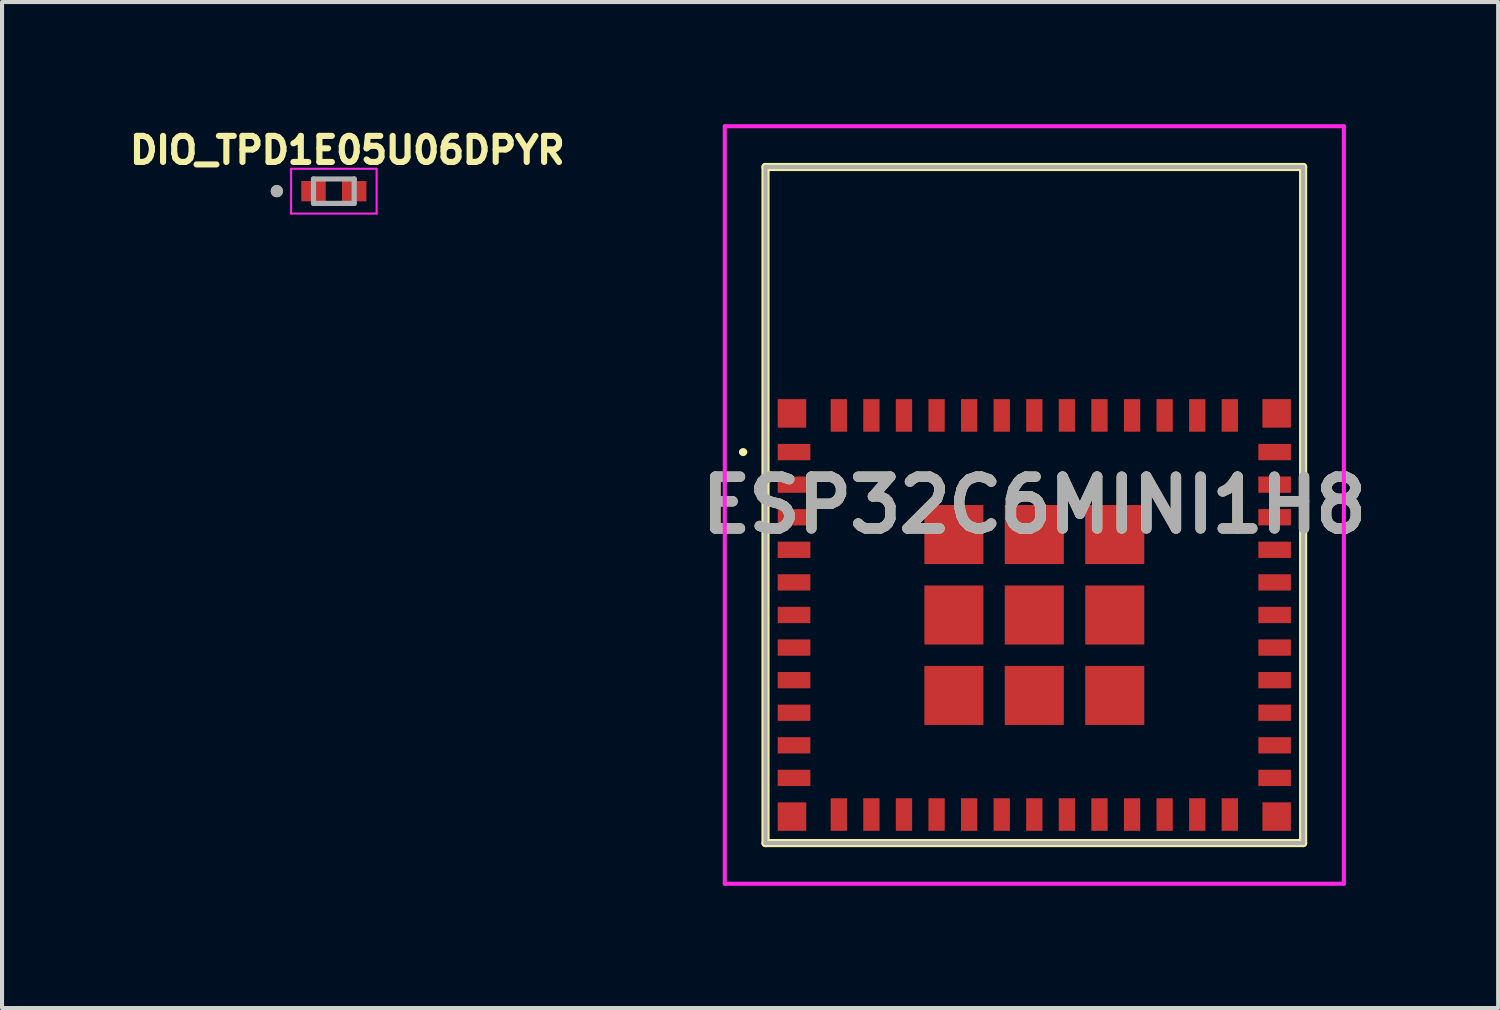
<source format=kicad_pcb>
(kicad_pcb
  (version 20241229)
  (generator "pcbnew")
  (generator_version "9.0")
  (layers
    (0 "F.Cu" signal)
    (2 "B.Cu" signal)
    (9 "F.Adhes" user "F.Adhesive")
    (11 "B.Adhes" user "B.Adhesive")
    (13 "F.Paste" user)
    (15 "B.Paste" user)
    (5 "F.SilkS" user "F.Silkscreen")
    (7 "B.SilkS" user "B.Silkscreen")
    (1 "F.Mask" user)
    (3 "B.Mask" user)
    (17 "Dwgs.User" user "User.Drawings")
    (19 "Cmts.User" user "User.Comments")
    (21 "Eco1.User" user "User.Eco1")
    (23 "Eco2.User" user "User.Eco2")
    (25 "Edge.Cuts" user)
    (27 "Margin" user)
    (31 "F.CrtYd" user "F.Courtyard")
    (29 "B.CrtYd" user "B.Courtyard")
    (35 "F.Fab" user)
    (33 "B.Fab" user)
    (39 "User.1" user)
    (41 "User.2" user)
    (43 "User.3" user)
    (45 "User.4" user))
  (footprint "DIO_TPD1E05U06DPYR"
    (layer "F.Cu")
    (at 5.147 1.644)
    (property "Reference" "DIO_TPD1E05U06DPYR" (at 0.332 -1.006 0) (layer "F.SilkS") (effects (font (size 0.64 0.64) (thickness 0.15))))
    (attr smd)
    (fp_circle (center -1.4 0) (end -1.325 0) (stroke (width 0.15) (type solid)) (fill no) (layer "F.SilkS"))
    (fp_line (start -1.05 -0.55) (end -1.05 0.55) (stroke (width 0.05) (type solid)) (layer "F.CrtYd"))
    (fp_line (start -1.05 0.55) (end 1.05 0.55) (stroke (width 0.05) (type solid)) (layer "F.CrtYd"))
    (fp_line (start 1.05 -0.55) (end -1.05 -0.55) (stroke (width 0.05) (type solid)) (layer "F.CrtYd"))
    (fp_line (start 1.05 0.55) (end 1.05 -0.55) (stroke (width 0.05) (type solid)) (layer "F.CrtYd"))
    (fp_line (start -0.5 -0.3) (end -0.5 0.3) (stroke (width 0.127) (type solid)) (layer "F.Fab"))
    (fp_line (start -0.5 0.3) (end 0.5 0.3) (stroke (width 0.127) (type solid)) (layer "F.Fab"))
    (fp_line (start 0.5 -0.3) (end -0.5 -0.3) (stroke (width 0.127) (type solid)) (layer "F.Fab"))
    (fp_line (start 0.5 0.3) (end 0.5 -0.3) (stroke (width 0.127) (type solid)) (layer "F.Fab"))
    (fp_circle (center -1.4 0) (end -1.325 0) (stroke (width 0.15) (type solid)) (fill no) (layer "F.Fab"))
    (pad "1" smd rect (at -0.5 0) (size 0.6 0.5) (layers "F.Cu" "F.Mask" "F.Paste"))
    (pad "2" smd rect (at 0.5 0) (size 0.6 0.5) (layers "F.Cu" "F.Mask" "F.Paste")))
  (footprint "ESP32C6MINI1H8"
    (layer "F.Cu")
    (at 22.346 9.35)
    (property "Reference" "ESP32C6MINI1H8" (at 0 0 0) (layer "F.SilkS") (effects (font (size 1.27 1.27) (thickness 0.254))))
    (attr smd)
    (fp_line (start -7.2 -1.3) (end -7.2 -1.3) (stroke (width 0.1) (type solid)) (layer "F.SilkS"))
    (fp_line (start -7.1 -1.3) (end -7.1 -1.3) (stroke (width 0.1) (type solid)) (layer "F.SilkS"))
    (fp_line (start -6.6 -8.3) (end 6.6 -8.3) (stroke (width 0.2) (type solid)) (layer "F.SilkS"))
    (fp_line (start -6.6 8.3) (end -6.6 -8.3) (stroke (width 0.2) (type solid)) (layer "F.SilkS"))
    (fp_line (start 6.6 -8.3) (end 6.6 8.3) (stroke (width 0.2) (type solid)) (layer "F.SilkS"))
    (fp_line (start 6.6 8.3) (end -6.6 8.3) (stroke (width 0.2) (type solid)) (layer "F.SilkS"))
    (fp_arc (start -7.2 -1.3) (mid -7.15 -1.35) (end -7.1 -1.3) (stroke (width 0.1) (type solid)) (layer "F.SilkS"))
    (fp_arc (start -7.1 -1.3) (mid -7.15 -1.25) (end -7.2 -1.3) (stroke (width 0.1) (type solid)) (layer "F.SilkS"))
    (fp_line (start -7.6 -9.3) (end 7.6 -9.3) (stroke (width 0.1) (type solid)) (layer "F.CrtYd"))
    (fp_line (start -7.6 9.3) (end -7.6 -9.3) (stroke (width 0.1) (type solid)) (layer "F.CrtYd"))
    (fp_line (start 7.6 -9.3) (end 7.6 9.3) (stroke (width 0.1) (type solid)) (layer "F.CrtYd"))
    (fp_line (start 7.6 9.3) (end -7.6 9.3) (stroke (width 0.1) (type solid)) (layer "F.CrtYd"))
    (fp_line (start -6.6 -8.3) (end 6.6 -8.3) (stroke (width 0.1) (type solid)) (layer "F.Fab"))
    (fp_line (start -6.6 8.3) (end -6.6 -8.3) (stroke (width 0.1) (type solid)) (layer "F.Fab"))
    (fp_line (start 6.6 -8.3) (end 6.6 8.3) (stroke (width 0.1) (type solid)) (layer "F.Fab"))
    (fp_line (start 6.6 8.3) (end -6.6 8.3) (stroke (width 0.1) (type solid)) (layer "F.Fab"))
    (fp_text user "${REFERENCE}" (at 0 0 0) (layer "F.Fab") (effects (font (size 1.27 1.27) (thickness 0.254))))
    (pad "1" smd rect (at -5.9 -1.3 90) (size 0.4 0.8) (layers "F.Cu" "F.Mask" "F.Paste"))
    (pad "2" smd rect (at -5.9 -0.5 90) (size 0.4 0.8) (layers "F.Cu" "F.Mask" "F.Paste"))
    (pad "3" smd rect (at -5.9 0.3 90) (size 0.4 0.8) (layers "F.Cu" "F.Mask" "F.Paste"))
    (pad "4" smd rect (at -5.9 1.1 90) (size 0.4 0.8) (layers "F.Cu" "F.Mask" "F.Paste"))
    (pad "5" smd rect (at -5.9 1.9 90) (size 0.4 0.8) (layers "F.Cu" "F.Mask" "F.Paste"))
    (pad "6" smd rect (at -5.9 2.7 90) (size 0.4 0.8) (layers "F.Cu" "F.Mask" "F.Paste"))
    (pad "7" smd rect (at -5.9 3.5 90) (size 0.4 0.8) (layers "F.Cu" "F.Mask" "F.Paste"))
    (pad "8" smd rect (at -5.9 4.3 90) (size 0.4 0.8) (layers "F.Cu" "F.Mask" "F.Paste"))
    (pad "9" smd rect (at -5.9 5.1 90) (size 0.4 0.8) (layers "F.Cu" "F.Mask" "F.Paste"))
    (pad "10" smd rect (at -5.9 5.9 90) (size 0.4 0.8) (layers "F.Cu" "F.Mask" "F.Paste"))
    (pad "11" smd rect (at -5.9 6.7 90) (size 0.4 0.8) (layers "F.Cu" "F.Mask" "F.Paste"))
    (pad "12" smd rect (at -4.8 7.6) (size 0.4 0.8) (layers "F.Cu" "F.Mask" "F.Paste"))
    (pad "13" smd rect (at -4 7.6) (size 0.4 0.8) (layers "F.Cu" "F.Mask" "F.Paste"))
    (pad "14" smd rect (at -3.2 7.6) (size 0.4 0.8) (layers "F.Cu" "F.Mask" "F.Paste"))
    (pad "15" smd rect (at -2.4 7.6) (size 0.4 0.8) (layers "F.Cu" "F.Mask" "F.Paste"))
    (pad "16" smd rect (at -1.6 7.6) (size 0.4 0.8) (layers "F.Cu" "F.Mask" "F.Paste"))
    (pad "17" smd rect (at -0.8 7.6) (size 0.4 0.8) (layers "F.Cu" "F.Mask" "F.Paste"))
    (pad "18" smd rect (at 0 7.6) (size 0.4 0.8) (layers "F.Cu" "F.Mask" "F.Paste"))
    (pad "19" smd rect (at 0.8 7.6) (size 0.4 0.8) (layers "F.Cu" "F.Mask" "F.Paste"))
    (pad "20" smd rect (at 1.6 7.6) (size 0.4 0.8) (layers "F.Cu" "F.Mask" "F.Paste"))
    (pad "21" smd rect (at 2.4 7.6) (size 0.4 0.8) (layers "F.Cu" "F.Mask" "F.Paste"))
    (pad "22" smd rect (at 3.2 7.6) (size 0.4 0.8) (layers "F.Cu" "F.Mask" "F.Paste"))
    (pad "23" smd rect (at 4 7.6) (size 0.4 0.8) (layers "F.Cu" "F.Mask" "F.Paste"))
    (pad "24" smd rect (at 4.8 7.6) (size 0.4 0.8) (layers "F.Cu" "F.Mask" "F.Paste"))
    (pad "25" smd rect (at 5.9 6.7 90) (size 0.4 0.8) (layers "F.Cu" "F.Mask" "F.Paste"))
    (pad "26" smd rect (at 5.9 5.9 90) (size 0.4 0.8) (layers "F.Cu" "F.Mask" "F.Paste"))
    (pad "27" smd rect (at 5.9 5.1 90) (size 0.4 0.8) (layers "F.Cu" "F.Mask" "F.Paste"))
    (pad "28" smd rect (at 5.9 4.3 90) (size 0.4 0.8) (layers "F.Cu" "F.Mask" "F.Paste"))
    (pad "29" smd rect (at 5.9 3.5 90) (size 0.4 0.8) (layers "F.Cu" "F.Mask" "F.Paste"))
    (pad "30" smd rect (at 5.9 2.7 90) (size 0.4 0.8) (layers "F.Cu" "F.Mask" "F.Paste"))
    (pad "31" smd rect (at 5.9 1.9 90) (size 0.4 0.8) (layers "F.Cu" "F.Mask" "F.Paste"))
    (pad "32" smd rect (at 5.9 1.1 90) (size 0.4 0.8) (layers "F.Cu" "F.Mask" "F.Paste"))
    (pad "33" smd rect (at 5.9 0.3 90) (size 0.4 0.8) (layers "F.Cu" "F.Mask" "F.Paste"))
    (pad "34" smd rect (at 5.9 -0.5 90) (size 0.4 0.8) (layers "F.Cu" "F.Mask" "F.Paste"))
    (pad "35" smd rect (at 5.9 -1.3 90) (size 0.4 0.8) (layers "F.Cu" "F.Mask" "F.Paste"))
    (pad "36" smd rect (at 4.8 -2.2) (size 0.4 0.8) (layers "F.Cu" "F.Mask" "F.Paste"))
    (pad "37" smd rect (at 4 -2.2) (size 0.4 0.8) (layers "F.Cu" "F.Mask" "F.Paste"))
    (pad "38" smd rect (at 3.2 -2.2) (size 0.4 0.8) (layers "F.Cu" "F.Mask" "F.Paste"))
    (pad "39" smd rect (at 2.4 -2.2) (size 0.4 0.8) (layers "F.Cu" "F.Mask" "F.Paste"))
    (pad "40" smd rect (at 1.6 -2.2) (size 0.4 0.8) (layers "F.Cu" "F.Mask" "F.Paste"))
    (pad "41" smd rect (at 0.8 -2.2) (size 0.4 0.8) (layers "F.Cu" "F.Mask" "F.Paste"))
    (pad "42" smd rect (at 0 -2.2) (size 0.4 0.8) (layers "F.Cu" "F.Mask" "F.Paste"))
    (pad "43" smd rect (at -0.8 -2.2) (size 0.4 0.8) (layers "F.Cu" "F.Mask" "F.Paste"))
    (pad "44" smd rect (at -1.6 -2.2) (size 0.4 0.8) (layers "F.Cu" "F.Mask" "F.Paste"))
    (pad "45" smd rect (at -2.4 -2.2) (size 0.4 0.8) (layers "F.Cu" "F.Mask" "F.Paste"))
    (pad "46" smd rect (at -3.2 -2.2) (size 0.4 0.8) (layers "F.Cu" "F.Mask" "F.Paste"))
    (pad "47" smd rect (at -4 -2.2) (size 0.4 0.8) (layers "F.Cu" "F.Mask" "F.Paste"))
    (pad "48" smd rect (at -4.8 -2.2) (size 0.4 0.8) (layers "F.Cu" "F.Mask" "F.Paste"))
    (pad "49" smd rect (at 0 2.7 90) (size 1.45 1.45) (layers "F.Cu" "F.Mask" "F.Paste"))
    (pad "50" smd rect (at 5.95 -2.25 90) (size 0.7 0.7) (layers "F.Cu" "F.Mask" "F.Paste"))
    (pad "51" smd rect (at 5.95 7.65 90) (size 0.7 0.7) (layers "F.Cu" "F.Mask" "F.Paste"))
    (pad "52" smd rect (at -5.95 7.65 90) (size 0.7 0.7) (layers "F.Cu" "F.Mask" "F.Paste"))
    (pad "53" smd rect (at -5.95 -2.25 90) (size 0.7 0.7) (layers "F.Cu" "F.Mask" "F.Paste"))
    (pad "54" smd rect (at -1.975 2.7 90) (size 1.45 1.45) (layers "F.Cu" "F.Mask" "F.Paste"))
    (pad "55" smd rect (at -1.975 4.675 90) (size 1.45 1.45) (layers "F.Cu" "F.Mask" "F.Paste"))
    (pad "56" smd rect (at 0 4.675 90) (size 1.45 1.45) (layers "F.Cu" "F.Mask" "F.Paste"))
    (pad "57" smd rect (at 1.975 4.675 90) (size 1.45 1.45) (layers "F.Cu" "F.Mask" "F.Paste"))
    (pad "58" smd rect (at 1.975 2.7 90) (size 1.45 1.45) (layers "F.Cu" "F.Mask" "F.Paste"))
    (pad "59" smd rect (at 1.975 0.725 90) (size 1.45 1.45) (layers "F.Cu" "F.Mask" "F.Paste"))
    (pad "60" smd rect (at 0 0.725 90) (size 1.45 1.45) (layers "F.Cu" "F.Mask" "F.Paste"))
    (pad "61" smd rect (at -1.975 0.725 90) (size 1.45 1.45) (layers "F.Cu" "F.Mask" "F.Paste")))
  (gr_rect
    (start -3 -3)
    (end 33.734 21.7)
    (stroke (width 0.1) (type default))
    (fill no)
    (layer "Edge.Cuts")))
</source>
